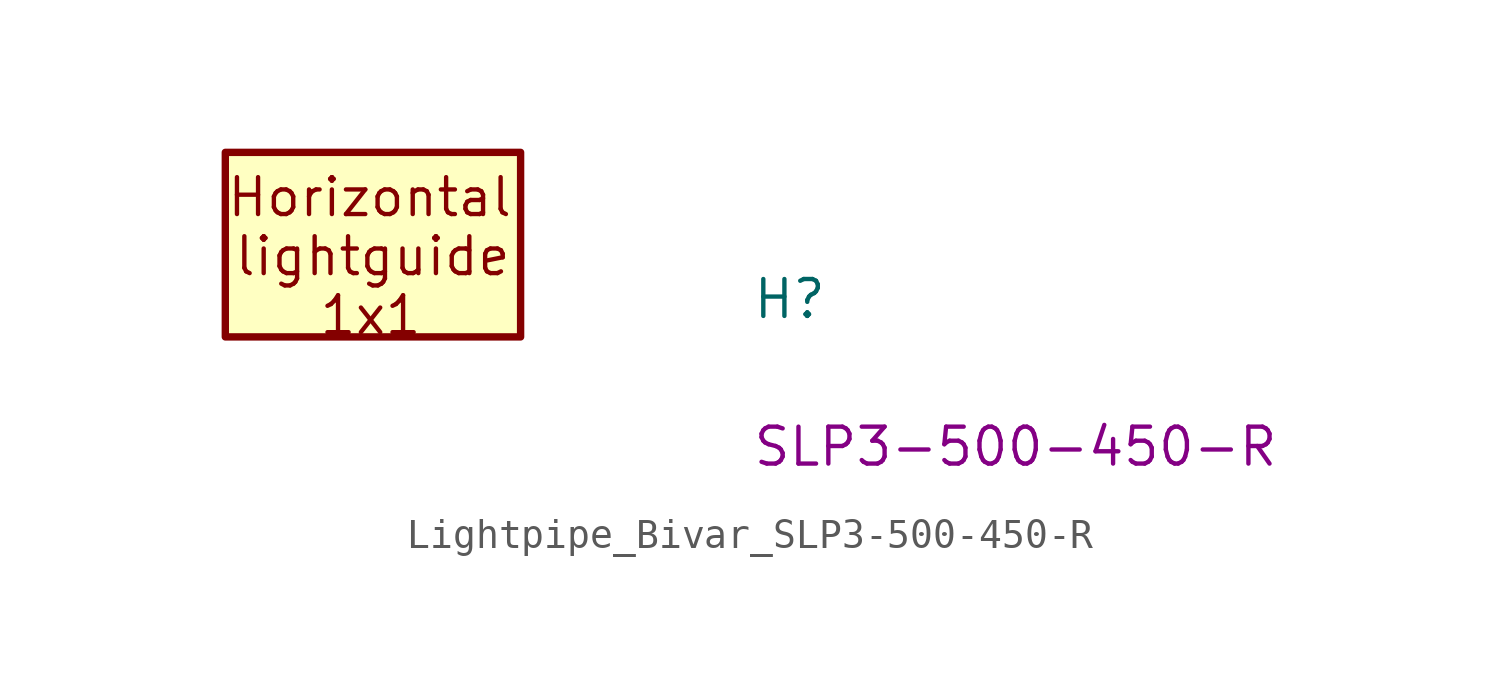
<source format=kicad_sym>
(kicad_symbol_lib
  (version 20220914)
  (generator kicad_symbol_editor)
  (symbol "Lightpipe_Bivar_SLP3-500-450-R"
    (pin_names hide)
    (property "Reference" "H"
      (at 13.03 -2.235 0)
      (effects (font (size 1.27 1.27) (thickness 0.15)) (justify left bottom)))
    (property "MPN" "SLP3-500-450-R"
      (at 13.03 -7.315 0)
      (effects (font (size 1.27 1.27) (thickness 0.15)) (justify left bottom)))
    (symbol "Lightpipe_Bivar_SLP3-500-450-R_1_1"
      (rectangle (start 5.08 -2.794) (end -5.08 3.556) (stroke (width 0.254) (type default)) (fill (type background)))
      (text "1x1" (at -1.905 -2.794 0) (effects (font (size 1.27 1.27) (thickness 0.15)) (justify left bottom)))
      (text "Horizontal" (at -5.08 1.27 0) (effects (font (size 1.27 1.27) (thickness 0.15)) (justify left bottom)))
      (text "lightguide" (at -4.826 -0.762 0) (effects (font (size 1.27 1.27) (thickness 0.15)) (justify left bottom))))))
</source>
